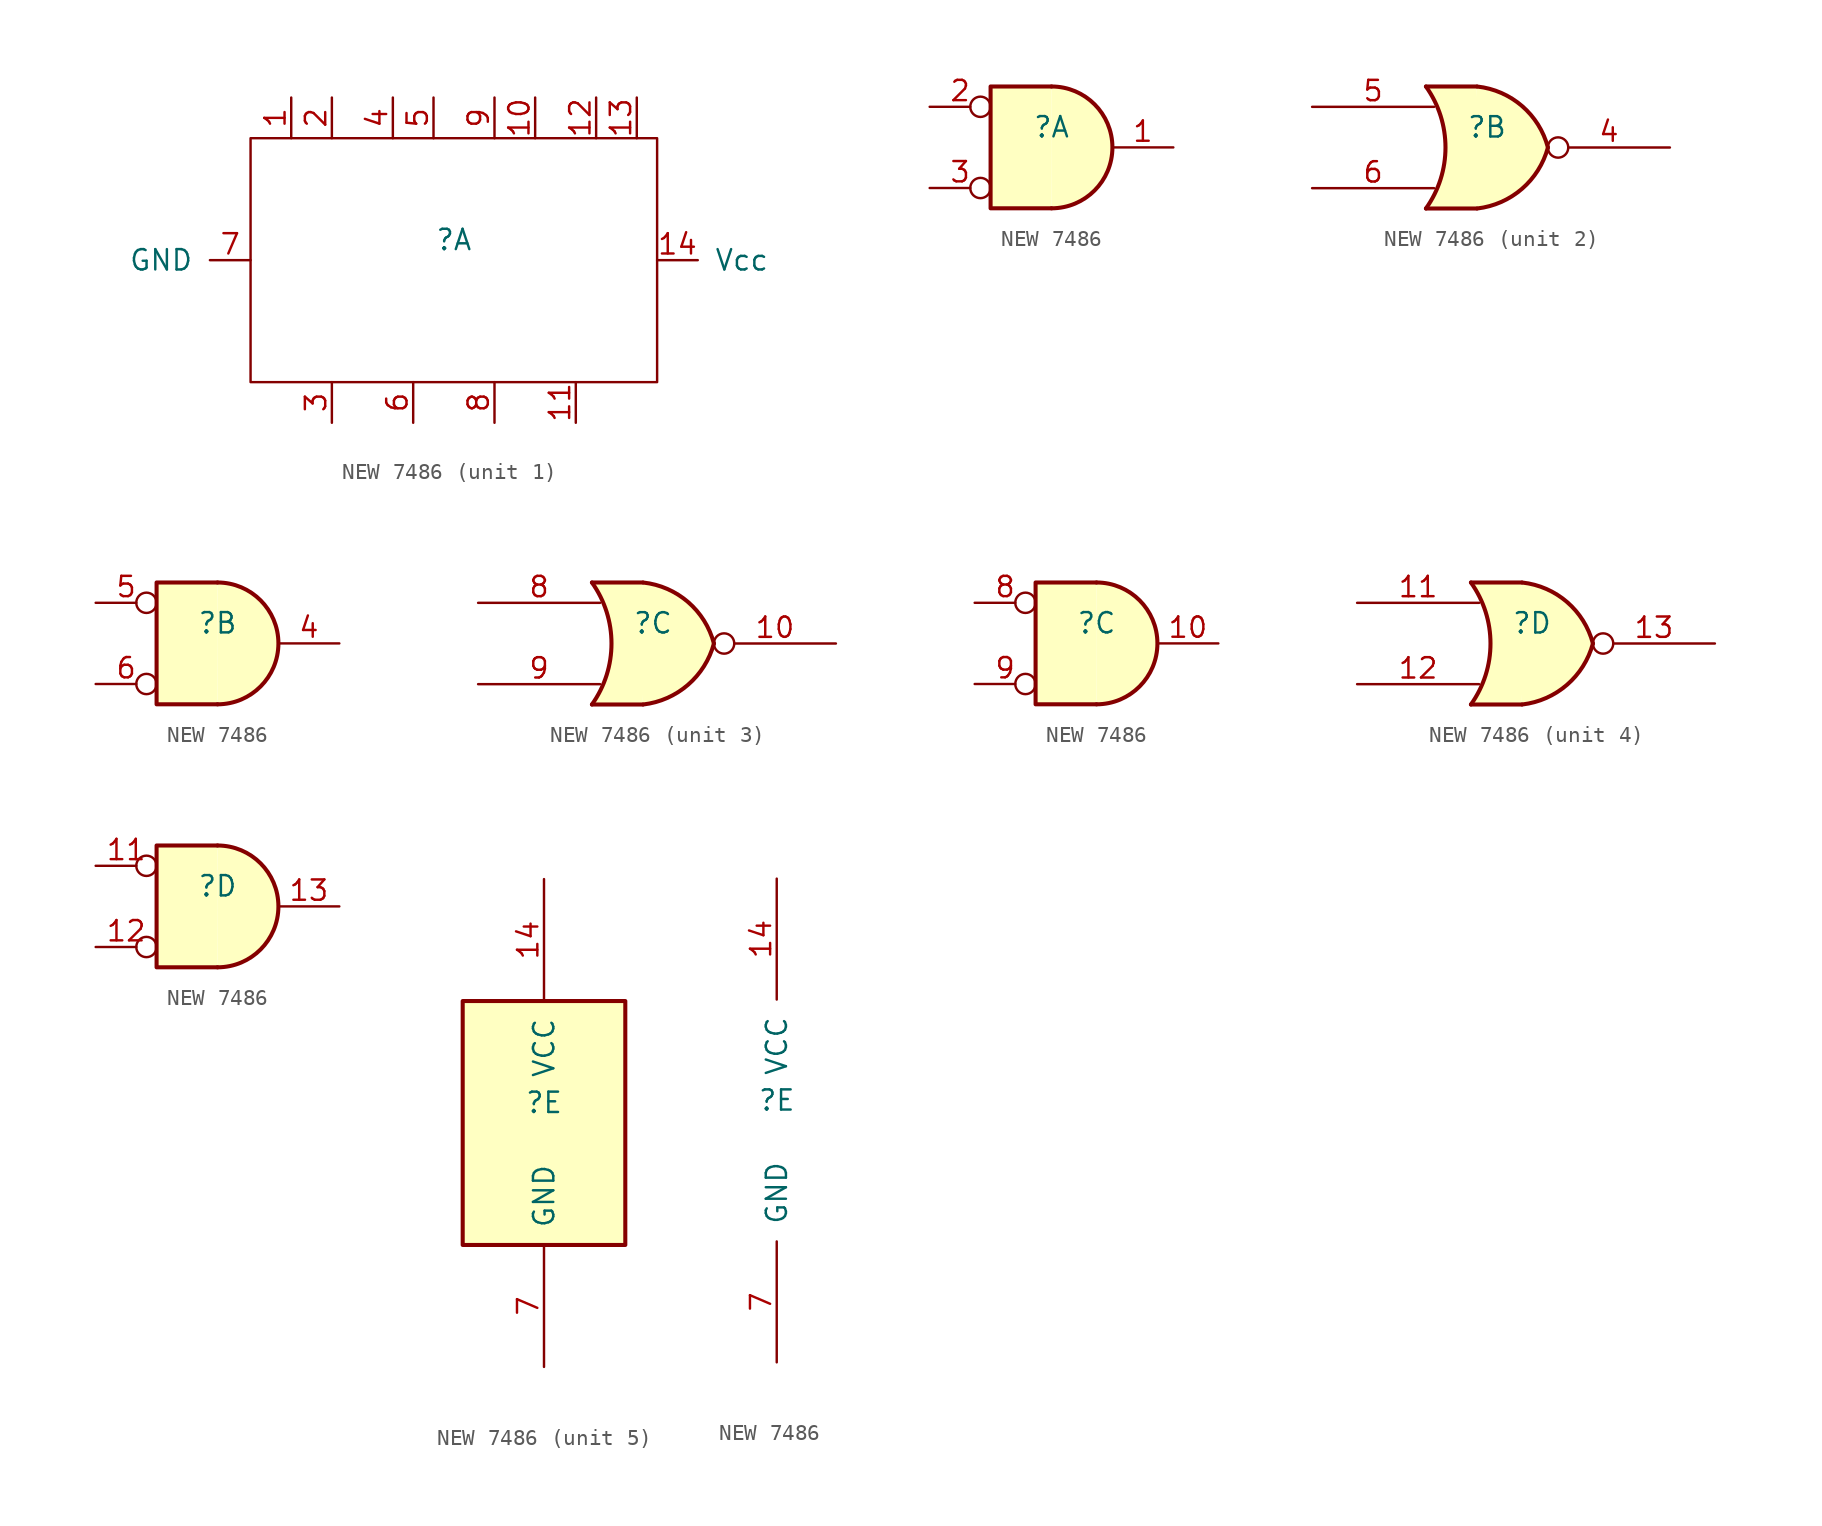
<source format=kicad_sym>
(kicad_symbol_lib
  (version 20241209)
  (generator "kicad_symbol_editor")
  (generator_version "9.0")
  (symbol "NEW 7486"
    (pin_names
      (offset 1.016))
    (property "Reference" ""
      (at 0 1.27 0)
      (effects (font (size 1.27 1.27))))
    (property "ki_locked" ""
      (at 0 0 0)
      (effects (font (size 1.27 1.27))))
    (symbol "NEW 7486_1_1"
      (rectangle (start -12.7 7.62) (end 12.7 -7.62) (stroke (width 0) (type default)) (fill (type none)))
      (pin power_in line (at -12.7 0 180) (length 2.54) (name "GND" (effects (font (size 1.27 1.27)))) (number "7" (effects (font (size 1.27 1.27)))))
      (pin input line (at -10.16 7.62 90) (length 2.54) (name "" (effects (font (size 1.27 1.27)))) (number "1" (effects (font (size 1.27 1.27)))))
      (pin input line (at -7.62 7.62 90) (length 2.54) (name "" (effects (font (size 1.27 1.27)))) (number "2" (effects (font (size 1.27 1.27)))))
      (pin output line (at -7.62 -7.62 270) (length 2.54) (name "" (effects (font (size 1.27 1.27)))) (number "3" (effects (font (size 1.27 1.27)))))
      (pin input line (at -3.81 7.62 90) (length 2.54) (name "" (effects (font (size 1.27 1.27)))) (number "4" (effects (font (size 1.27 1.27)))))
      (pin output line (at -2.54 -7.62 270) (length 2.54) (name "" (effects (font (size 1.27 1.27)))) (number "6" (effects (font (size 1.27 1.27)))))
      (pin input line (at -1.27 7.62 90) (length 2.54) (name "" (effects (font (size 1.27 1.27)))) (number "5" (effects (font (size 1.27 1.27)))))
      (pin input line (at 2.54 7.62 90) (length 2.54) (name "" (effects (font (size 1.27 1.27)))) (number "9" (effects (font (size 1.27 1.27)))))
      (pin output line (at 2.54 -7.62 270) (length 2.54) (name "" (effects (font (size 1.27 1.27)))) (number "8" (effects (font (size 1.27 1.27)))))
      (pin input line (at 5.08 7.62 90) (length 2.54) (name "" (effects (font (size 1.27 1.27)))) (number "10" (effects (font (size 1.27 1.27)))))
      (pin output line (at 7.62 -7.62 270) (length 2.54) (name "" (effects (font (size 1.27 1.27)))) (number "11" (effects (font (size 1.27 1.27)))))
      (pin input line (at 8.89 7.62 90) (length 2.54) (name "" (effects (font (size 1.27 1.27)))) (number "12" (effects (font (size 1.27 1.27)))))
      (pin input line (at 11.43 7.62 90) (length 2.54) (name "" (effects (font (size 1.27 1.27)))) (number "13" (effects (font (size 1.27 1.27)))))
      (pin power_in line (at 12.7 0 0) (length 2.54) (name "Vcc" (effects (font (size 1.27 1.27)))) (number "14" (effects (font (size 1.27 1.27))))))
    (symbol "NEW 7486_1_2"
      (arc (start 0 3.81) (mid 3.7934 0) (end 0 -3.81) (stroke (width 0.254) (type default)) (fill (type background)))
      (polyline (pts (xy 0 3.81) (xy -3.81 3.81) (xy -3.81 -3.81) (xy 0 -3.81)) (stroke (width 0.254) (type default)) (fill (type background)))
      (pin input inverted (at -7.62 2.54 0) (length 3.81) (name "~" (effects (font (size 1.27 1.27)))) (number "2" (effects (font (size 1.27 1.27)))))
      (pin input inverted (at -7.62 -2.54 0) (length 3.81) (name "~" (effects (font (size 1.27 1.27)))) (number "3" (effects (font (size 1.27 1.27)))))
      (pin output line (at 7.62 0 180) (length 3.81) (name "~" (effects (font (size 1.27 1.27)))) (number "1" (effects (font (size 1.27 1.27))))))
    (symbol "NEW 7486_2_1"
      (arc (start -3.81 3.81) (mid -2.589 0) (end -3.81 -3.81) (stroke (width 0.254) (type default)) (fill (type none)))
      (polyline (pts (xy -3.81 3.81) (xy -0.635 3.81)) (stroke (width 0.254) (type default)) (fill (type background)))
      (polyline (pts (xy -3.81 -3.81) (xy -0.635 -3.81)) (stroke (width 0.254) (type default)) (fill (type background)))
      (arc (start 3.81 0) (mid 2.1855 -2.584) (end -0.6096 -3.81) (stroke (width 0.254) (type default)) (fill (type background)))
      (arc (start -0.6096 3.81) (mid 2.1928 2.5924) (end 3.81 0) (stroke (width 0.254) (type default)) (fill (type background)))
      (polyline (pts (xy -0.635 3.81) (xy -3.81 3.81) (xy -3.81 3.81) (xy -3.556 3.404) (xy -3.023 2.261) (xy -2.692 1.041) (xy -2.616 -0.254) (xy -2.769 -1.499) (xy -3.175 -2.718) (xy -3.81 -3.81) (xy -3.81 -3.81) (xy -0.635 -3.81)) (stroke (width -25.4) (type default)) (fill (type background)))
      (pin input line (at -10.922 2.54 0) (length 7.62) (name "~" (effects (font (size 1.27 1.27)))) (number "5" (effects (font (size 1.27 1.27)))))
      (pin input line (at -10.922 -2.54 0) (length 7.62) (name "~" (effects (font (size 1.27 1.27)))) (number "6" (effects (font (size 1.27 1.27)))))
      (pin output inverted (at 11.43 0 180) (length 7.62) (name "~" (effects (font (size 1.27 1.27)))) (number "4" (effects (font (size 1.27 1.27))))))
    (symbol "NEW 7486_2_2"
      (arc (start 0 3.81) (mid 3.7934 0) (end 0 -3.81) (stroke (width 0.254) (type default)) (fill (type background)))
      (polyline (pts (xy 0 3.81) (xy -3.81 3.81) (xy -3.81 -3.81) (xy 0 -3.81)) (stroke (width 0.254) (type default)) (fill (type background)))
      (pin input inverted (at -7.62 2.54 0) (length 3.81) (name "~" (effects (font (size 1.27 1.27)))) (number "5" (effects (font (size 1.27 1.27)))))
      (pin input inverted (at -7.62 -2.54 0) (length 3.81) (name "~" (effects (font (size 1.27 1.27)))) (number "6" (effects (font (size 1.27 1.27)))))
      (pin output line (at 7.62 0 180) (length 3.81) (name "~" (effects (font (size 1.27 1.27)))) (number "4" (effects (font (size 1.27 1.27))))))
    (symbol "NEW 7486_3_1"
      (arc (start -3.81 3.81) (mid -2.589 0) (end -3.81 -3.81) (stroke (width 0.254) (type default)) (fill (type none)))
      (polyline (pts (xy -3.81 3.81) (xy -0.635 3.81)) (stroke (width 0.254) (type default)) (fill (type background)))
      (polyline (pts (xy -3.81 -3.81) (xy -0.635 -3.81)) (stroke (width 0.254) (type default)) (fill (type background)))
      (arc (start 3.81 0) (mid 2.1855 -2.584) (end -0.6096 -3.81) (stroke (width 0.254) (type default)) (fill (type background)))
      (arc (start -0.6096 3.81) (mid 2.1928 2.5924) (end 3.81 0) (stroke (width 0.254) (type default)) (fill (type background)))
      (polyline (pts (xy -0.635 3.81) (xy -3.81 3.81) (xy -3.81 3.81) (xy -3.556 3.404) (xy -3.023 2.261) (xy -2.692 1.041) (xy -2.616 -0.254) (xy -2.769 -1.499) (xy -3.175 -2.718) (xy -3.81 -3.81) (xy -3.81 -3.81) (xy -0.635 -3.81)) (stroke (width -25.4) (type default)) (fill (type background)))
      (pin input line (at -10.922 2.54 0) (length 7.62) (name "~" (effects (font (size 1.27 1.27)))) (number "8" (effects (font (size 1.27 1.27)))))
      (pin input line (at -10.922 -2.54 0) (length 7.62) (name "~" (effects (font (size 1.27 1.27)))) (number "9" (effects (font (size 1.27 1.27)))))
      (pin output inverted (at 11.43 0 180) (length 7.62) (name "~" (effects (font (size 1.27 1.27)))) (number "10" (effects (font (size 1.27 1.27))))))
    (symbol "NEW 7486_3_2"
      (arc (start 0 3.81) (mid 3.7934 0) (end 0 -3.81) (stroke (width 0.254) (type default)) (fill (type background)))
      (polyline (pts (xy 0 3.81) (xy -3.81 3.81) (xy -3.81 -3.81) (xy 0 -3.81)) (stroke (width 0.254) (type default)) (fill (type background)))
      (pin input inverted (at -7.62 2.54 0) (length 3.81) (name "~" (effects (font (size 1.27 1.27)))) (number "8" (effects (font (size 1.27 1.27)))))
      (pin input inverted (at -7.62 -2.54 0) (length 3.81) (name "~" (effects (font (size 1.27 1.27)))) (number "9" (effects (font (size 1.27 1.27)))))
      (pin output line (at 7.62 0 180) (length 3.81) (name "~" (effects (font (size 1.27 1.27)))) (number "10" (effects (font (size 1.27 1.27))))))
    (symbol "NEW 7486_4_1"
      (arc (start -3.81 3.81) (mid -2.589 0) (end -3.81 -3.81) (stroke (width 0.254) (type default)) (fill (type none)))
      (polyline (pts (xy -3.81 3.81) (xy -0.635 3.81)) (stroke (width 0.254) (type default)) (fill (type background)))
      (polyline (pts (xy -3.81 -3.81) (xy -0.635 -3.81)) (stroke (width 0.254) (type default)) (fill (type background)))
      (arc (start 3.81 0) (mid 2.1855 -2.584) (end -0.6096 -3.81) (stroke (width 0.254) (type default)) (fill (type background)))
      (arc (start -0.6096 3.81) (mid 2.1928 2.5924) (end 3.81 0) (stroke (width 0.254) (type default)) (fill (type background)))
      (polyline (pts (xy -0.635 3.81) (xy -3.81 3.81) (xy -3.81 3.81) (xy -3.556 3.404) (xy -3.023 2.261) (xy -2.692 1.041) (xy -2.616 -0.254) (xy -2.769 -1.499) (xy -3.175 -2.718) (xy -3.81 -3.81) (xy -3.81 -3.81) (xy -0.635 -3.81)) (stroke (width -25.4) (type default)) (fill (type background)))
      (pin input line (at -10.922 2.54 0) (length 7.62) (name "~" (effects (font (size 1.27 1.27)))) (number "11" (effects (font (size 1.27 1.27)))))
      (pin input line (at -10.922 -2.54 0) (length 7.62) (name "~" (effects (font (size 1.27 1.27)))) (number "12" (effects (font (size 1.27 1.27)))))
      (pin output inverted (at 11.43 0 180) (length 7.62) (name "~" (effects (font (size 1.27 1.27)))) (number "13" (effects (font (size 1.27 1.27))))))
    (symbol "NEW 7486_4_2"
      (arc (start 0 3.81) (mid 3.7934 0) (end 0 -3.81) (stroke (width 0.254) (type default)) (fill (type background)))
      (polyline (pts (xy 0 3.81) (xy -3.81 3.81) (xy -3.81 -3.81) (xy 0 -3.81)) (stroke (width 0.254) (type default)) (fill (type background)))
      (pin input inverted (at -7.62 2.54 0) (length 3.81) (name "~" (effects (font (size 1.27 1.27)))) (number "11" (effects (font (size 1.27 1.27)))))
      (pin input inverted (at -7.62 -2.54 0) (length 3.81) (name "~" (effects (font (size 1.27 1.27)))) (number "12" (effects (font (size 1.27 1.27)))))
      (pin output line (at 7.62 0 180) (length 3.81) (name "~" (effects (font (size 1.27 1.27)))) (number "13" (effects (font (size 1.27 1.27))))))
    (symbol "NEW 7486_5_0"
      (pin power_in line (at 0 15.24 270) (length 7.62) (name "VCC" (effects (font (size 1.27 1.27)))) (number "14" (effects (font (size 1.27 1.27)))))
      (pin power_in line (at 0 -15.24 90) (length 7.62) (name "GND" (effects (font (size 1.27 1.27)))) (number "7" (effects (font (size 1.27 1.27))))))
    (symbol "NEW 7486_5_1"
      (rectangle (start -5.08 7.62) (end 5.08 -7.62) (stroke (width 0.254) (type default)) (fill (type background))))))
</source>
